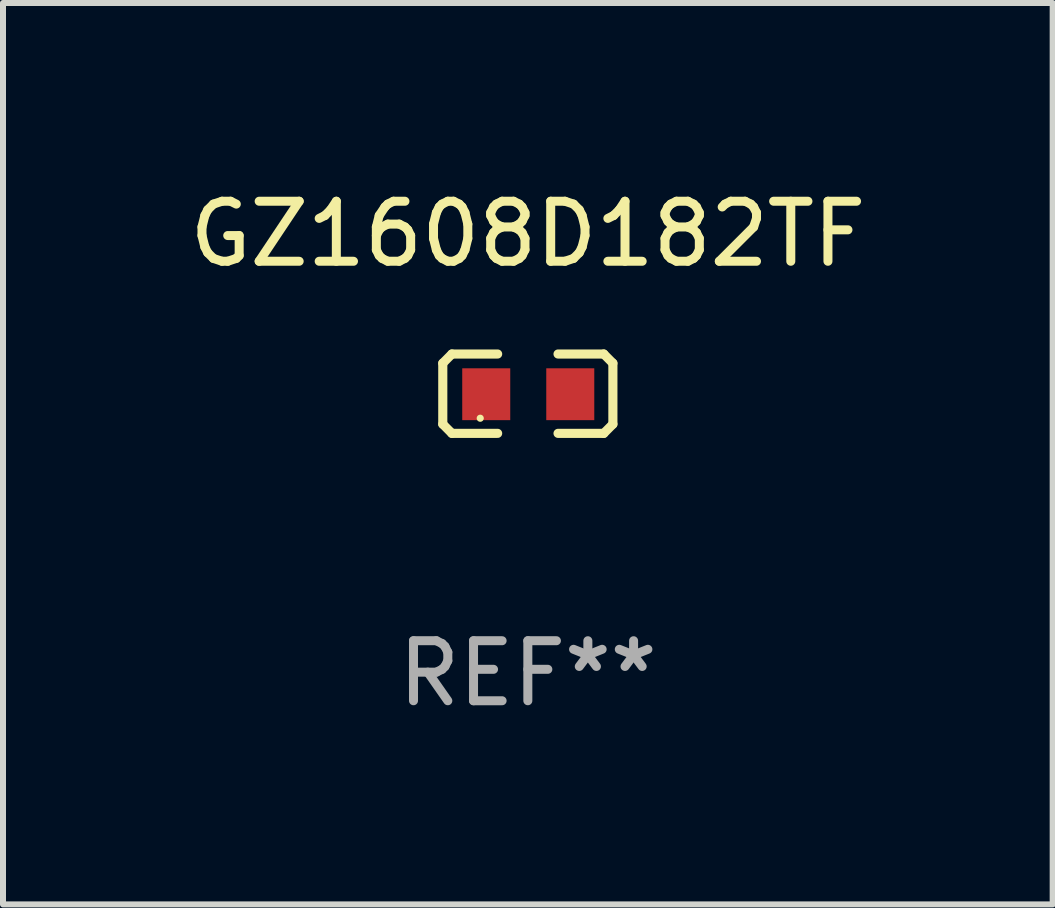
<source format=kicad_pcb>
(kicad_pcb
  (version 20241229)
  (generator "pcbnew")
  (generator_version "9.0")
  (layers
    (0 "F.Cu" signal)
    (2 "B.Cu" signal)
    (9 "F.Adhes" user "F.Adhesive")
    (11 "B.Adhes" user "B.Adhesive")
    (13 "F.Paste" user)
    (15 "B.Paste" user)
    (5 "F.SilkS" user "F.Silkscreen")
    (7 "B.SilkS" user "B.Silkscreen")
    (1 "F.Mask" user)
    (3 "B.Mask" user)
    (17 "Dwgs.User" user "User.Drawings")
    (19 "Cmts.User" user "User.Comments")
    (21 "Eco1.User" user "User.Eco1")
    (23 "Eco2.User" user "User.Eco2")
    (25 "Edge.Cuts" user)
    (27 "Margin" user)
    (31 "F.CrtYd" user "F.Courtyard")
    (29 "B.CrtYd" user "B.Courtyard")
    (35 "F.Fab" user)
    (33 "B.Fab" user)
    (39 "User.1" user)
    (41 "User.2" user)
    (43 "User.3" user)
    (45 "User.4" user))
  (footprint "GZ1608D182TF"
    (layer "F.Cu")
    (at 5.744 3.509)
    (property "Reference" "GZ1608D182TF" (at 0 -2.661 0) (layer "F.SilkS") (effects (font (size 1 1) (thickness 0.15))))
    (attr through_hole)
    (fp_line (start -1.417 -0.508) (end -1.265 -0.661) (stroke (width 0.152) (type solid)) (layer "F.SilkS"))
    (fp_line (start -1.417 0.508) (end -1.417 -0.508) (stroke (width 0.152) (type solid)) (layer "F.SilkS"))
    (fp_line (start -1.265 -0.661) (end -0.503 -0.661) (stroke (width 0.152) (type solid)) (layer "F.SilkS"))
    (fp_line (start -1.265 0.661) (end -1.417 0.508) (stroke (width 0.152) (type solid)) (layer "F.SilkS"))
    (fp_line (start -1.265 0.661) (end -0.503 0.661) (stroke (width 0.152) (type solid)) (layer "F.SilkS"))
    (fp_line (start 1.265 -0.661) (end 0.503 -0.661) (stroke (width 0.152) (type solid)) (layer "F.SilkS"))
    (fp_line (start 1.265 -0.661) (end 1.417 -0.508) (stroke (width 0.152) (type solid)) (layer "F.SilkS"))
    (fp_line (start 1.265 0.661) (end 0.503 0.661) (stroke (width 0.152) (type solid)) (layer "F.SilkS"))
    (fp_line (start 1.417 -0.508) (end 1.417 0.508) (stroke (width 0.152) (type solid)) (layer "F.SilkS"))
    (fp_line (start 1.417 0.508) (end 1.265 0.661) (stroke (width 0.152) (type solid)) (layer "F.SilkS"))
    (fp_circle (center -0.793 0.409) (end -0.763 0.409) (stroke (width 0.06) (type solid)) (fill no) (layer "F.SilkS"))
    (fp_text user "REF**" (at 0 4.661 0) (layer "F.Fab") (effects (font (size 1 1) (thickness 0.15))))
    (pad "1" smd rect (at -0.693 0.009 180) (size 0.8 0.864) (layers "F.Cu" "F.Mask" "F.Paste"))
    (pad "2" smd rect (at 0.707 0.009 180) (size 0.8 0.864) (layers "F.Cu" "F.Mask" "F.Paste")))
  (gr_rect
    (start -3 -3)
    (end 14.488 12.018)
    (stroke (width 0.1) (type default))
    (fill no)
    (layer "Edge.Cuts")))
</source>
